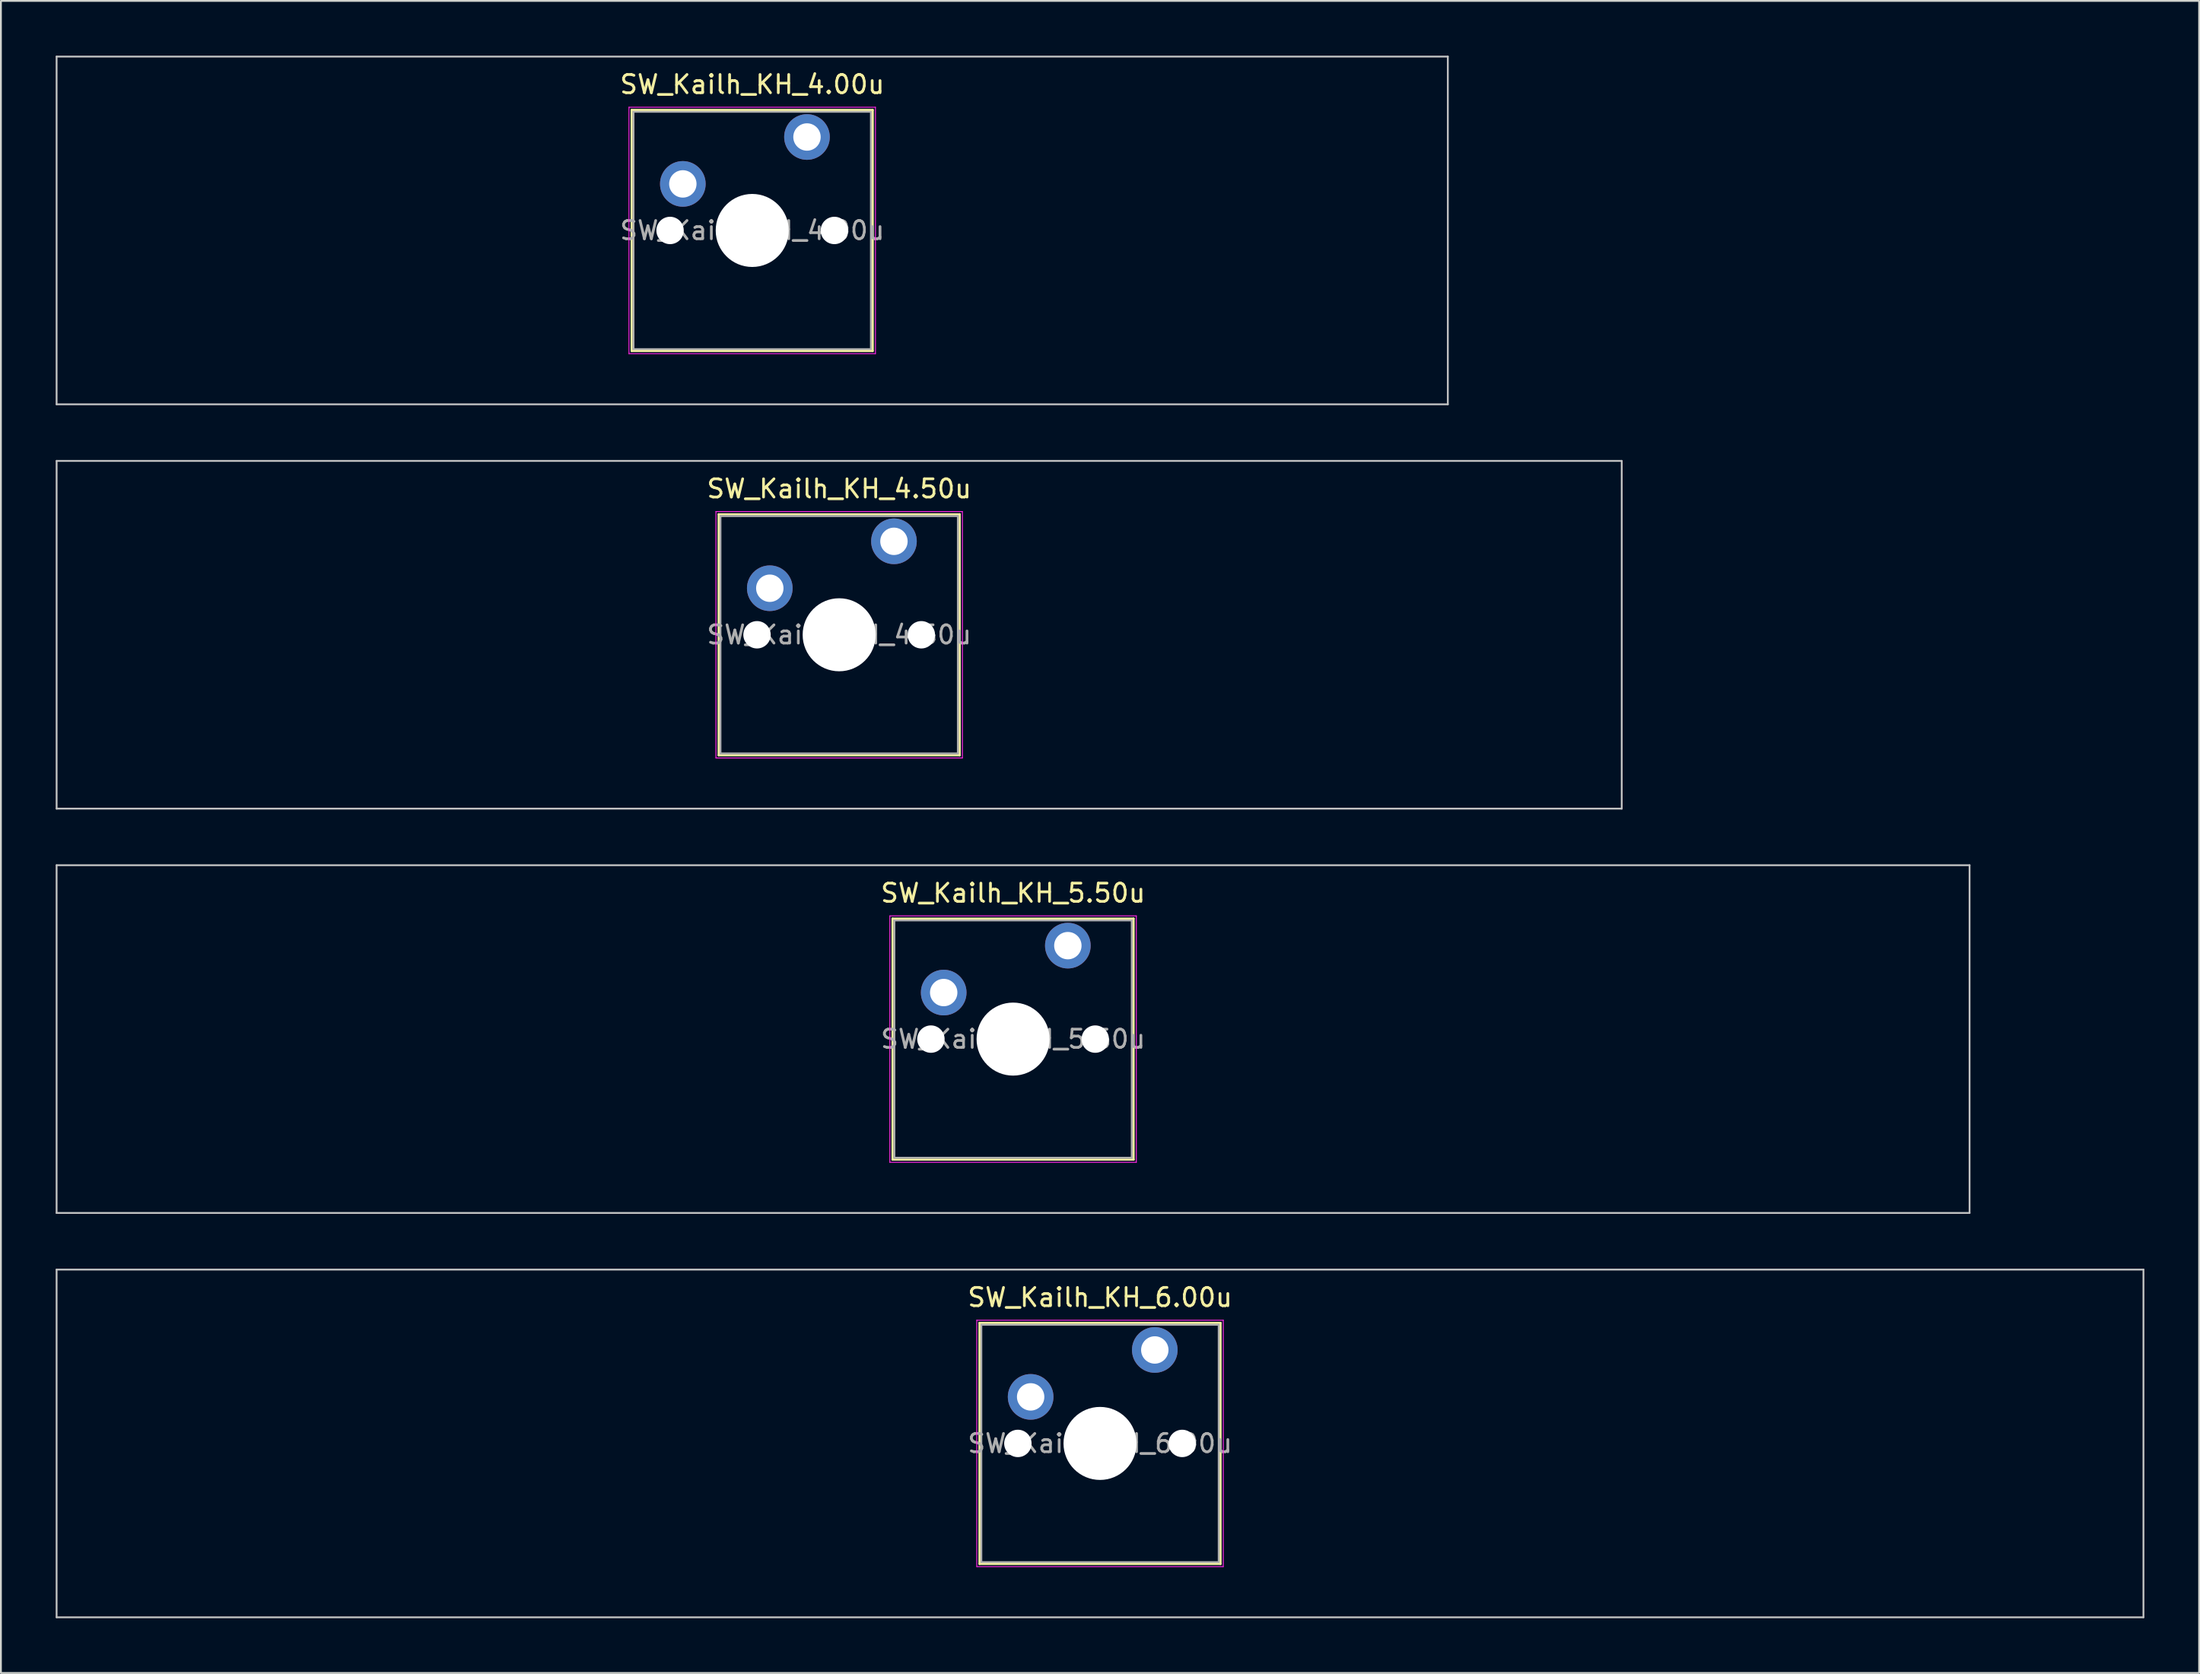
<source format=kicad_pcb>
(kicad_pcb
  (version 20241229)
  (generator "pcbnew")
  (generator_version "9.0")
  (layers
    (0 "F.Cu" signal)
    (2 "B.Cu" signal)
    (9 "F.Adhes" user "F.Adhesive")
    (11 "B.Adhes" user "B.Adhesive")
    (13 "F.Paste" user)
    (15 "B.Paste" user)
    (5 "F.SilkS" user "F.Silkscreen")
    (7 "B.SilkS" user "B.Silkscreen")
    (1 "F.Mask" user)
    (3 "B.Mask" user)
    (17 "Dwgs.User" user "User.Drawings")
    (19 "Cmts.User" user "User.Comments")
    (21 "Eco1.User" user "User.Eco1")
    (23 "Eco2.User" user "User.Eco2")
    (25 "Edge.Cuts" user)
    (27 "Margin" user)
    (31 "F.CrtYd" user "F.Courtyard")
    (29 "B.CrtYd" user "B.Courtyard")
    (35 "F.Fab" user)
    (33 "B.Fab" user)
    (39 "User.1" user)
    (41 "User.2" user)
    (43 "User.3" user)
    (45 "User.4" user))
  (footprint "SW_Kailh_KH_6.00u"
    (layer "F.Cu")
    (at 57.2 76.025)
    (property "Reference" "SW_Kailh_KH_6.00u" (at 0 -8 0) (layer "F.SilkS") (effects (font (size 1 1) (thickness 0.15))))
    (attr through_hole)
    (fp_line (start -6.6 -6.6) (end -6.6 6.6) (stroke (width 0.12) (type solid)) (layer "F.SilkS"))
    (fp_line (start -6.6 6.6) (end 6.6 6.6) (stroke (width 0.12) (type solid)) (layer "F.SilkS"))
    (fp_line (start 6.6 -6.6) (end -6.6 -6.6) (stroke (width 0.12) (type solid)) (layer "F.SilkS"))
    (fp_line (start 6.6 6.6) (end 6.6 -6.6) (stroke (width 0.12) (type solid)) (layer "F.SilkS"))
    (fp_line (start -57.15 -9.525) (end -57.15 9.525) (stroke (width 0.1) (type solid)) (layer "Dwgs.User"))
    (fp_line (start -57.15 9.525) (end 57.15 9.525) (stroke (width 0.1) (type solid)) (layer "Dwgs.User"))
    (fp_line (start 57.15 -9.525) (end -57.15 -9.525) (stroke (width 0.1) (type solid)) (layer "Dwgs.User"))
    (fp_line (start 57.15 9.525) (end 57.15 -9.525) (stroke (width 0.1) (type solid)) (layer "Dwgs.User"))
    (fp_line (start -6.1 -6.1) (end -6.1 6.1) (stroke (width 0.1) (type solid)) (layer "Eco1.User"))
    (fp_line (start -6.1 6.1) (end 6.1 6.1) (stroke (width 0.1) (type solid)) (layer "Eco1.User"))
    (fp_line (start 6.1 -6.1) (end -6.1 -6.1) (stroke (width 0.1) (type solid)) (layer "Eco1.User"))
    (fp_line (start 6.1 6.1) (end 6.1 -6.1) (stroke (width 0.1) (type solid)) (layer "Eco1.User"))
    (fp_line (start -6.75 -6.75) (end -6.75 6.75) (stroke (width 0.05) (type solid)) (layer "F.CrtYd"))
    (fp_line (start -6.75 6.75) (end 6.75 6.75) (stroke (width 0.05) (type solid)) (layer "F.CrtYd"))
    (fp_line (start 6.75 -6.75) (end -6.75 -6.75) (stroke (width 0.05) (type solid)) (layer "F.CrtYd"))
    (fp_line (start 6.75 6.75) (end 6.75 -6.75) (stroke (width 0.05) (type solid)) (layer "F.CrtYd"))
    (fp_line (start -6.5 -6.5) (end -6.5 6.5) (stroke (width 0.1) (type solid)) (layer "F.Fab"))
    (fp_line (start -6.5 6.5) (end 6.5 6.5) (stroke (width 0.1) (type solid)) (layer "F.Fab"))
    (fp_line (start 6.5 -6.5) (end -6.5 -6.5) (stroke (width 0.1) (type solid)) (layer "F.Fab"))
    (fp_line (start 6.5 6.5) (end 6.5 -6.5) (stroke (width 0.1) (type solid)) (layer "F.Fab"))
    (fp_text user "${REFERENCE}" (at 0 0 0) (layer "F.Fab") (effects (font (size 1 1) (thickness 0.15))))
    (pad "" np_thru_hole circle (at -4.5 0) (size 1.5 1.5) (drill 1.5) (layers "*.Cu" "*.Mask"))
    (pad "" smd circle (at -3.8 -2.55) (size 1.55 1.55) (layers "F.Mask"))
    (pad "" np_thru_hole circle (at 0 0) (size 4 4) (drill 4) (layers "*.Cu" "*.Mask"))
    (pad "" smd circle (at 3 -5.12) (size 1.55 1.55) (layers "F.Mask"))
    (pad "" np_thru_hole circle (at 4.5 0) (size 1.5 1.5) (drill 1.5) (layers "*.Cu" "*.Mask"))
    (pad "1" thru_hole circle (at -3.8 -2.55) (size 2.5 2.5) (drill 1.5) (layers "*.Cu" "B.Mask"))
    (pad "2" thru_hole circle (at 3 -5.12) (size 2.5 2.5) (drill 1.5) (layers "*.Cu" "B.Mask")))
  (footprint "SW_Kailh_KH_4.50u"
    (layer "F.Cu")
    (at 42.913 31.725)
    (property "Reference" "SW_Kailh_KH_4.50u" (at 0 -8 0) (layer "F.SilkS") (effects (font (size 1 1) (thickness 0.15))))
    (attr through_hole)
    (fp_line (start -6.6 -6.6) (end -6.6 6.6) (stroke (width 0.12) (type solid)) (layer "F.SilkS"))
    (fp_line (start -6.6 6.6) (end 6.6 6.6) (stroke (width 0.12) (type solid)) (layer "F.SilkS"))
    (fp_line (start 6.6 -6.6) (end -6.6 -6.6) (stroke (width 0.12) (type solid)) (layer "F.SilkS"))
    (fp_line (start 6.6 6.6) (end 6.6 -6.6) (stroke (width 0.12) (type solid)) (layer "F.SilkS"))
    (fp_line (start -42.862 -9.525) (end -42.862 9.525) (stroke (width 0.1) (type solid)) (layer "Dwgs.User"))
    (fp_line (start -42.862 9.525) (end 42.862 9.525) (stroke (width 0.1) (type solid)) (layer "Dwgs.User"))
    (fp_line (start 42.862 -9.525) (end -42.862 -9.525) (stroke (width 0.1) (type solid)) (layer "Dwgs.User"))
    (fp_line (start 42.862 9.525) (end 42.862 -9.525) (stroke (width 0.1) (type solid)) (layer "Dwgs.User"))
    (fp_line (start -6.1 -6.1) (end -6.1 6.1) (stroke (width 0.1) (type solid)) (layer "Eco1.User"))
    (fp_line (start -6.1 6.1) (end 6.1 6.1) (stroke (width 0.1) (type solid)) (layer "Eco1.User"))
    (fp_line (start 6.1 -6.1) (end -6.1 -6.1) (stroke (width 0.1) (type solid)) (layer "Eco1.User"))
    (fp_line (start 6.1 6.1) (end 6.1 -6.1) (stroke (width 0.1) (type solid)) (layer "Eco1.User"))
    (fp_line (start -6.75 -6.75) (end -6.75 6.75) (stroke (width 0.05) (type solid)) (layer "F.CrtYd"))
    (fp_line (start -6.75 6.75) (end 6.75 6.75) (stroke (width 0.05) (type solid)) (layer "F.CrtYd"))
    (fp_line (start 6.75 -6.75) (end -6.75 -6.75) (stroke (width 0.05) (type solid)) (layer "F.CrtYd"))
    (fp_line (start 6.75 6.75) (end 6.75 -6.75) (stroke (width 0.05) (type solid)) (layer "F.CrtYd"))
    (fp_line (start -6.5 -6.5) (end -6.5 6.5) (stroke (width 0.1) (type solid)) (layer "F.Fab"))
    (fp_line (start -6.5 6.5) (end 6.5 6.5) (stroke (width 0.1) (type solid)) (layer "F.Fab"))
    (fp_line (start 6.5 -6.5) (end -6.5 -6.5) (stroke (width 0.1) (type solid)) (layer "F.Fab"))
    (fp_line (start 6.5 6.5) (end 6.5 -6.5) (stroke (width 0.1) (type solid)) (layer "F.Fab"))
    (fp_text user "${REFERENCE}" (at 0 0 0) (layer "F.Fab") (effects (font (size 1 1) (thickness 0.15))))
    (pad "" np_thru_hole circle (at -4.5 0) (size 1.5 1.5) (drill 1.5) (layers "*.Cu" "*.Mask"))
    (pad "" smd circle (at -3.8 -2.55) (size 1.55 1.55) (layers "F.Mask"))
    (pad "" np_thru_hole circle (at 0 0) (size 4 4) (drill 4) (layers "*.Cu" "*.Mask"))
    (pad "" smd circle (at 3 -5.12) (size 1.55 1.55) (layers "F.Mask"))
    (pad "" np_thru_hole circle (at 4.5 0) (size 1.5 1.5) (drill 1.5) (layers "*.Cu" "*.Mask"))
    (pad "1" thru_hole circle (at -3.8 -2.55) (size 2.5 2.5) (drill 1.5) (layers "*.Cu" "B.Mask"))
    (pad "2" thru_hole circle (at 3 -5.12) (size 2.5 2.5) (drill 1.5) (layers "*.Cu" "B.Mask")))
  (footprint "SW_Kailh_KH_4.00u"
    (layer "F.Cu")
    (at 38.15 9.575)
    (property "Reference" "SW_Kailh_KH_4.00u" (at 0 -8 0) (layer "F.SilkS") (effects (font (size 1 1) (thickness 0.15))))
    (attr through_hole)
    (fp_line (start -6.6 -6.6) (end -6.6 6.6) (stroke (width 0.12) (type solid)) (layer "F.SilkS"))
    (fp_line (start -6.6 6.6) (end 6.6 6.6) (stroke (width 0.12) (type solid)) (layer "F.SilkS"))
    (fp_line (start 6.6 -6.6) (end -6.6 -6.6) (stroke (width 0.12) (type solid)) (layer "F.SilkS"))
    (fp_line (start 6.6 6.6) (end 6.6 -6.6) (stroke (width 0.12) (type solid)) (layer "F.SilkS"))
    (fp_line (start -38.1 -9.525) (end -38.1 9.525) (stroke (width 0.1) (type solid)) (layer "Dwgs.User"))
    (fp_line (start -38.1 9.525) (end 38.1 9.525) (stroke (width 0.1) (type solid)) (layer "Dwgs.User"))
    (fp_line (start 38.1 -9.525) (end -38.1 -9.525) (stroke (width 0.1) (type solid)) (layer "Dwgs.User"))
    (fp_line (start 38.1 9.525) (end 38.1 -9.525) (stroke (width 0.1) (type solid)) (layer "Dwgs.User"))
    (fp_line (start -6.1 -6.1) (end -6.1 6.1) (stroke (width 0.1) (type solid)) (layer "Eco1.User"))
    (fp_line (start -6.1 6.1) (end 6.1 6.1) (stroke (width 0.1) (type solid)) (layer "Eco1.User"))
    (fp_line (start 6.1 -6.1) (end -6.1 -6.1) (stroke (width 0.1) (type solid)) (layer "Eco1.User"))
    (fp_line (start 6.1 6.1) (end 6.1 -6.1) (stroke (width 0.1) (type solid)) (layer "Eco1.User"))
    (fp_line (start -6.75 -6.75) (end -6.75 6.75) (stroke (width 0.05) (type solid)) (layer "F.CrtYd"))
    (fp_line (start -6.75 6.75) (end 6.75 6.75) (stroke (width 0.05) (type solid)) (layer "F.CrtYd"))
    (fp_line (start 6.75 -6.75) (end -6.75 -6.75) (stroke (width 0.05) (type solid)) (layer "F.CrtYd"))
    (fp_line (start 6.75 6.75) (end 6.75 -6.75) (stroke (width 0.05) (type solid)) (layer "F.CrtYd"))
    (fp_line (start -6.5 -6.5) (end -6.5 6.5) (stroke (width 0.1) (type solid)) (layer "F.Fab"))
    (fp_line (start -6.5 6.5) (end 6.5 6.5) (stroke (width 0.1) (type solid)) (layer "F.Fab"))
    (fp_line (start 6.5 -6.5) (end -6.5 -6.5) (stroke (width 0.1) (type solid)) (layer "F.Fab"))
    (fp_line (start 6.5 6.5) (end 6.5 -6.5) (stroke (width 0.1) (type solid)) (layer "F.Fab"))
    (fp_text user "${REFERENCE}" (at 0 0 0) (layer "F.Fab") (effects (font (size 1 1) (thickness 0.15))))
    (pad "" np_thru_hole circle (at -4.5 0) (size 1.5 1.5) (drill 1.5) (layers "*.Cu" "*.Mask"))
    (pad "" smd circle (at -3.8 -2.55) (size 1.55 1.55) (layers "F.Mask"))
    (pad "" np_thru_hole circle (at 0 0) (size 4 4) (drill 4) (layers "*.Cu" "*.Mask"))
    (pad "" smd circle (at 3 -5.12) (size 1.55 1.55) (layers "F.Mask"))
    (pad "" np_thru_hole circle (at 4.5 0) (size 1.5 1.5) (drill 1.5) (layers "*.Cu" "*.Mask"))
    (pad "1" thru_hole circle (at -3.8 -2.55) (size 2.5 2.5) (drill 1.5) (layers "*.Cu" "B.Mask"))
    (pad "2" thru_hole circle (at 3 -5.12) (size 2.5 2.5) (drill 1.5) (layers "*.Cu" "B.Mask")))
  (footprint "SW_Kailh_KH_5.50u"
    (layer "F.Cu")
    (at 52.438 53.875)
    (property "Reference" "SW_Kailh_KH_5.50u" (at 0 -8 0) (layer "F.SilkS") (effects (font (size 1 1) (thickness 0.15))))
    (attr through_hole)
    (fp_line (start -6.6 -6.6) (end -6.6 6.6) (stroke (width 0.12) (type solid)) (layer "F.SilkS"))
    (fp_line (start -6.6 6.6) (end 6.6 6.6) (stroke (width 0.12) (type solid)) (layer "F.SilkS"))
    (fp_line (start 6.6 -6.6) (end -6.6 -6.6) (stroke (width 0.12) (type solid)) (layer "F.SilkS"))
    (fp_line (start 6.6 6.6) (end 6.6 -6.6) (stroke (width 0.12) (type solid)) (layer "F.SilkS"))
    (fp_line (start -52.388 -9.525) (end -52.388 9.525) (stroke (width 0.1) (type solid)) (layer "Dwgs.User"))
    (fp_line (start -52.388 9.525) (end 52.388 9.525) (stroke (width 0.1) (type solid)) (layer "Dwgs.User"))
    (fp_line (start 52.388 -9.525) (end -52.388 -9.525) (stroke (width 0.1) (type solid)) (layer "Dwgs.User"))
    (fp_line (start 52.388 9.525) (end 52.388 -9.525) (stroke (width 0.1) (type solid)) (layer "Dwgs.User"))
    (fp_line (start -6.1 -6.1) (end -6.1 6.1) (stroke (width 0.1) (type solid)) (layer "Eco1.User"))
    (fp_line (start -6.1 6.1) (end 6.1 6.1) (stroke (width 0.1) (type solid)) (layer "Eco1.User"))
    (fp_line (start 6.1 -6.1) (end -6.1 -6.1) (stroke (width 0.1) (type solid)) (layer "Eco1.User"))
    (fp_line (start 6.1 6.1) (end 6.1 -6.1) (stroke (width 0.1) (type solid)) (layer "Eco1.User"))
    (fp_line (start -6.75 -6.75) (end -6.75 6.75) (stroke (width 0.05) (type solid)) (layer "F.CrtYd"))
    (fp_line (start -6.75 6.75) (end 6.75 6.75) (stroke (width 0.05) (type solid)) (layer "F.CrtYd"))
    (fp_line (start 6.75 -6.75) (end -6.75 -6.75) (stroke (width 0.05) (type solid)) (layer "F.CrtYd"))
    (fp_line (start 6.75 6.75) (end 6.75 -6.75) (stroke (width 0.05) (type solid)) (layer "F.CrtYd"))
    (fp_line (start -6.5 -6.5) (end -6.5 6.5) (stroke (width 0.1) (type solid)) (layer "F.Fab"))
    (fp_line (start -6.5 6.5) (end 6.5 6.5) (stroke (width 0.1) (type solid)) (layer "F.Fab"))
    (fp_line (start 6.5 -6.5) (end -6.5 -6.5) (stroke (width 0.1) (type solid)) (layer "F.Fab"))
    (fp_line (start 6.5 6.5) (end 6.5 -6.5) (stroke (width 0.1) (type solid)) (layer "F.Fab"))
    (fp_text user "${REFERENCE}" (at 0 0 0) (layer "F.Fab") (effects (font (size 1 1) (thickness 0.15))))
    (pad "" np_thru_hole circle (at -4.5 0) (size 1.5 1.5) (drill 1.5) (layers "*.Cu" "*.Mask"))
    (pad "" smd circle (at -3.8 -2.55) (size 1.55 1.55) (layers "F.Mask"))
    (pad "" np_thru_hole circle (at 0 0) (size 4 4) (drill 4) (layers "*.Cu" "*.Mask"))
    (pad "" smd circle (at 3 -5.12) (size 1.55 1.55) (layers "F.Mask"))
    (pad "" np_thru_hole circle (at 4.5 0) (size 1.5 1.5) (drill 1.5) (layers "*.Cu" "*.Mask"))
    (pad "1" thru_hole circle (at -3.8 -2.55) (size 2.5 2.5) (drill 1.5) (layers "*.Cu" "B.Mask"))
    (pad "2" thru_hole circle (at 3 -5.12) (size 2.5 2.5) (drill 1.5) (layers "*.Cu" "B.Mask")))
  (gr_rect
    (start -3 -3)
    (end 117.4 88.6)
    (stroke (width 0.1) (type default))
    (fill no)
    (layer "Edge.Cuts")))
</source>
